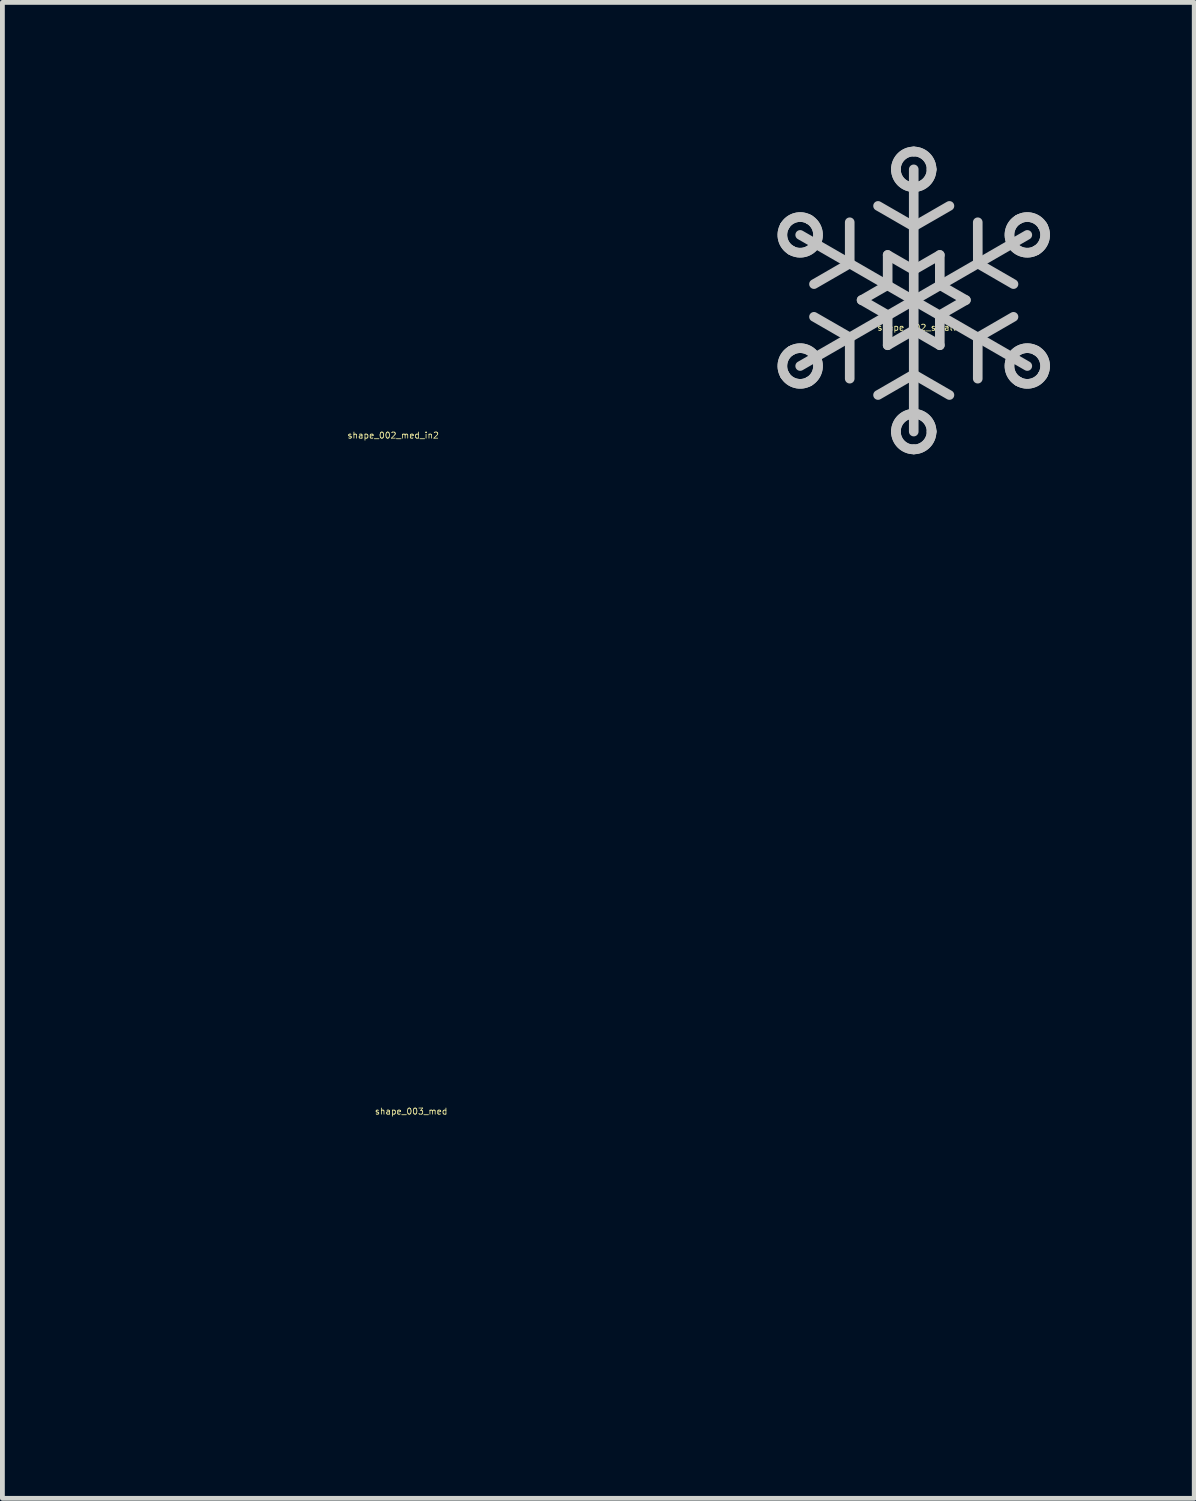
<source format=kicad_pcb>
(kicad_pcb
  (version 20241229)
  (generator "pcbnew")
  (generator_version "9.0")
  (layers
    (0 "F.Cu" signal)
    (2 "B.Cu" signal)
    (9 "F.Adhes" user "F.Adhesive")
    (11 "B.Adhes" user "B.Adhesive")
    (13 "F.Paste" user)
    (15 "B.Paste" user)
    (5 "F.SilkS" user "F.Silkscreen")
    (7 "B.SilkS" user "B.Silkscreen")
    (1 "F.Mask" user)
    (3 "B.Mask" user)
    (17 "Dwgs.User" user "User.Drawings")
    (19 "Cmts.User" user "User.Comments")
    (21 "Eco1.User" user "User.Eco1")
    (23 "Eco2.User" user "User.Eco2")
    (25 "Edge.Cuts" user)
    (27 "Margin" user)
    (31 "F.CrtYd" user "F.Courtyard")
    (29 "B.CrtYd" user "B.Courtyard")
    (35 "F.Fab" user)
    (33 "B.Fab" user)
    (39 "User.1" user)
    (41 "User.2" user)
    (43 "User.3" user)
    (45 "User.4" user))
  (footprint "shape_002_small"
    (layer "F.Cu")
    (at 16.009 3.26)
    (property "Reference" "shape_002_small" (at 0 0.5 0) (layer "F.SilkS") (effects (font (size 0.127 0.127) (thickness 0.000001))))
    (attr through_hole)
    (fp_line (start -2.422 -1.426) (end 2.3 1.3) (stroke (width 0.2) (type solid)) (layer "Dwgs.User"))
    (fp_line (start -2.135 -0.403) (end -1.392 -0.832) (stroke (width 0.2) (type solid)) (layer "Dwgs.User"))
    (fp_line (start -2.135 0.277) (end -1.392 0.705) (stroke (width 0.2) (type solid)) (layer "Dwgs.User"))
    (fp_line (start -1.392 -0.832) (end -1.392 -1.689) (stroke (width 0.2) (type solid)) (layer "Dwgs.User"))
    (fp_line (start -1.392 0.705) (end -1.392 1.563) (stroke (width 0.2) (type solid)) (layer "Dwgs.User"))
    (fp_line (start -1.145 -0.071) (end -0.603 0.242) (stroke (width 0.2) (type solid)) (layer "Dwgs.User"))
    (fp_line (start -0.803 -2.029) (end -0.061 -1.601) (stroke (width 0.2) (type solid)) (layer "Dwgs.User"))
    (fp_line (start -0.803 1.903) (end -0.061 1.474) (stroke (width 0.2) (type solid)) (layer "Dwgs.User"))
    (fp_line (start -0.603 -1.009) (end -0.603 -0.384) (stroke (width 0.2) (type solid)) (layer "Dwgs.User"))
    (fp_line (start -0.603 -0.384) (end -1.145 -0.071) (stroke (width 0.2) (type solid)) (layer "Dwgs.User"))
    (fp_line (start -0.603 0.242) (end -0.603 0.868) (stroke (width 0.2) (type solid)) (layer "Dwgs.User"))
    (fp_line (start -0.603 0.868) (end -0.061 0.555) (stroke (width 0.2) (type solid)) (layer "Dwgs.User"))
    (fp_line (start -0.061 -2.789) (end -0.061 2.663) (stroke (width 0.2) (type solid)) (layer "Dwgs.User"))
    (fp_line (start -0.061 -1.601) (end 0.681 -2.029) (stroke (width 0.2) (type solid)) (layer "Dwgs.User"))
    (fp_line (start -0.061 -0.697) (end -0.603 -1.009) (stroke (width 0.2) (type solid)) (layer "Dwgs.User"))
    (fp_line (start -0.061 0.555) (end 0.481 0.868) (stroke (width 0.2) (type solid)) (layer "Dwgs.User"))
    (fp_line (start -0.061 1.474) (end 0.681 1.903) (stroke (width 0.2) (type solid)) (layer "Dwgs.User"))
    (fp_line (start 0.481 -1.009) (end -0.061 -0.697) (stroke (width 0.2) (type solid)) (layer "Dwgs.User"))
    (fp_line (start 0.481 -0.384) (end 0.481 -1.009) (stroke (width 0.2) (type solid)) (layer "Dwgs.User"))
    (fp_line (start 0.481 0.242) (end 1.023 -0.071) (stroke (width 0.2) (type solid)) (layer "Dwgs.User"))
    (fp_line (start 0.481 0.868) (end 0.481 0.242) (stroke (width 0.2) (type solid)) (layer "Dwgs.User"))
    (fp_line (start 1.023 -0.071) (end 0.481 -0.384) (stroke (width 0.2) (type solid)) (layer "Dwgs.User"))
    (fp_line (start 1.27 -1.689) (end 1.271 -0.832) (stroke (width 0.2) (type solid)) (layer "Dwgs.User"))
    (fp_line (start 1.27 1.563) (end 1.271 0.706) (stroke (width 0.2) (type solid)) (layer "Dwgs.User"))
    (fp_line (start 1.271 0.706) (end 2.013 0.277) (stroke (width 0.2) (type solid)) (layer "Dwgs.User"))
    (fp_line (start 1.271 -0.832) (end 2.013 -0.403) (stroke (width 0.2) (type solid)) (layer "Dwgs.User"))
    (fp_line (start 2.3 -1.426) (end -2.422 1.3) (stroke (width 0.2) (type solid)) (layer "Dwgs.User"))
    (fp_arc (start -2.742874 -1.611634) (mid -2.517692 -1.784363) (end -2.236326 -1.747283) (stroke (width 0.2) (type solid)) (layer "Dwgs.User"))
    (fp_arc (start -2.742874 -1.611634) (mid -2.517692 -1.784363) (end -2.236326 -1.747283) (stroke (width 0.2) (type solid)) (layer "Dwgs.User"))
    (fp_arc (start -2.742874 1.485158) (mid -2.779872 1.203824) (end -2.607125 0.97871) (stroke (width 0.2) (type solid)) (layer "Dwgs.User"))
    (fp_arc (start -2.742874 1.485158) (mid -2.779872 1.203824) (end -2.607125 0.97871) (stroke (width 0.2) (type solid)) (layer "Dwgs.User"))
    (fp_arc (start -2.607125 -1.105084) (mid -2.779865 -1.330256) (end -2.742875 -1.611633) (stroke (width 0.2) (type solid)) (layer "Dwgs.User"))
    (fp_arc (start -2.607125 -1.105084) (mid -2.779865 -1.330256) (end -2.742875 -1.611633) (stroke (width 0.2) (type solid)) (layer "Dwgs.User"))
    (fp_arc (start -2.607125 0.97871) (mid -2.325786 0.941695) (end -2.100677 1.11446) (stroke (width 0.2) (type solid)) (layer "Dwgs.User"))
    (fp_arc (start -2.607125 0.97871) (mid -2.325786 0.941695) (end -2.100677 1.11446) (stroke (width 0.2) (type solid)) (layer "Dwgs.User"))
    (fp_arc (start -2.236327 -1.747283) (mid -2.063642 -1.522145) (end -2.100677 -1.240834) (stroke (width 0.2) (type solid)) (layer "Dwgs.User"))
    (fp_arc (start -2.236327 -1.747283) (mid -2.063642 -1.522145) (end -2.100677 -1.240834) (stroke (width 0.2) (type solid)) (layer "Dwgs.User"))
    (fp_arc (start -2.236327 1.620908) (mid -2.517708 1.657915) (end -2.742875 1.485159) (stroke (width 0.2) (type solid)) (layer "Dwgs.User"))
    (fp_arc (start -2.236327 1.620908) (mid -2.517708 1.657915) (end -2.742875 1.485159) (stroke (width 0.2) (type solid)) (layer "Dwgs.User"))
    (fp_arc (start -2.100677 1.114459) (mid -2.063606 1.395779) (end -2.236326 1.620908) (stroke (width 0.2) (type solid)) (layer "Dwgs.User"))
    (fp_arc (start -2.100677 1.114459) (mid -2.063606 1.395779) (end -2.236326 1.620908) (stroke (width 0.2) (type solid)) (layer "Dwgs.User"))
    (fp_arc (start -2.100676 -1.240835) (mid -2.325791 -1.068089) (end -2.607125 -1.105085) (stroke (width 0.2) (type solid)) (layer "Dwgs.User"))
    (fp_arc (start -2.100676 -1.240835) (mid -2.325791 -1.068089) (end -2.607125 -1.105085) (stroke (width 0.2) (type solid)) (layer "Dwgs.User"))
    (fp_arc (start -0.431632 -2.789231) (mid -0.323092 -3.05142) (end -0.060932 -3.16003) (stroke (width 0.2) (type solid)) (layer "Dwgs.User"))
    (fp_arc (start -0.431632 -2.789231) (mid -0.323092 -3.05142) (end -0.060932 -3.16003) (stroke (width 0.2) (type solid)) (layer "Dwgs.User"))
    (fp_arc (start -0.431631 2.662806) (mid -0.323063 2.400675) (end -0.060932 2.292107) (stroke (width 0.2) (type solid)) (layer "Dwgs.User"))
    (fp_arc (start -0.431631 2.662806) (mid -0.323063 2.400675) (end -0.060932 2.292107) (stroke (width 0.2) (type solid)) (layer "Dwgs.User"))
    (fp_arc (start -0.060932 -2.418531) (mid -0.323053 -2.527109) (end -0.431631 -2.78923) (stroke (width 0.2) (type solid)) (layer "Dwgs.User"))
    (fp_arc (start -0.060932 -2.418531) (mid -0.323053 -2.527109) (end -0.431631 -2.78923) (stroke (width 0.2) (type solid)) (layer "Dwgs.User"))
    (fp_arc (start -0.060932 3.033605) (mid -0.323082 2.924986) (end -0.431631 2.662806) (stroke (width 0.2) (type solid)) (layer "Dwgs.User"))
    (fp_arc (start -0.060932 3.033605) (mid -0.323082 2.924986) (end -0.431631 2.662806) (stroke (width 0.2) (type solid)) (layer "Dwgs.User"))
    (fp_arc (start -0.060931 -3.160029) (mid 0.201268 -3.051429) (end 0.309867 -2.78923) (stroke (width 0.2) (type solid)) (layer "Dwgs.User"))
    (fp_arc (start -0.060931 -3.160029) (mid 0.201268 -3.051429) (end 0.309867 -2.78923) (stroke (width 0.2) (type solid)) (layer "Dwgs.User"))
    (fp_arc (start -0.060931 2.292107) (mid 0.201239 2.400665) (end 0.309867 2.662806) (stroke (width 0.2) (type solid)) (layer "Dwgs.User"))
    (fp_arc (start -0.060931 2.292107) (mid 0.201239 2.400665) (end 0.309867 2.662806) (stroke (width 0.2) (type solid)) (layer "Dwgs.User"))
    (fp_arc (start 0.309868 -2.78923) (mid 0.201229 -2.527098) (end -0.060932 -2.418531) (stroke (width 0.2) (type solid)) (layer "Dwgs.User"))
    (fp_arc (start 0.309868 -2.78923) (mid 0.201229 -2.527098) (end -0.060932 -2.418531) (stroke (width 0.2) (type solid)) (layer "Dwgs.User"))
    (fp_arc (start 0.309868 2.662806) (mid 0.201258 2.924996) (end -0.060932 3.033605) (stroke (width 0.2) (type solid)) (layer "Dwgs.User"))
    (fp_arc (start 0.309868 2.662806) (mid 0.201258 2.924996) (end -0.060932 3.033605) (stroke (width 0.2) (type solid)) (layer "Dwgs.User"))
    (fp_arc (start 1.978813 1.11446) (mid 2.203928 0.941714) (end 2.485262 0.97871) (stroke (width 0.2) (type solid)) (layer "Dwgs.User"))
    (fp_arc (start 1.978813 1.11446) (mid 2.203928 0.941714) (end 2.485262 0.97871) (stroke (width 0.2) (type solid)) (layer "Dwgs.User"))
    (fp_arc (start 1.978912 -1.240935) (mid 1.941843 -1.522233) (end 2.114563 -1.747333) (stroke (width 0.2) (type solid)) (layer "Dwgs.User"))
    (fp_arc (start 1.978912 -1.240935) (mid 1.941843 -1.522233) (end 2.114563 -1.747333) (stroke (width 0.2) (type solid)) (layer "Dwgs.User"))
    (fp_arc (start 2.114563 -1.747333) (mid 2.395892 -1.784375) (end 2.621011 -1.611633) (stroke (width 0.2) (type solid)) (layer "Dwgs.User"))
    (fp_arc (start 2.114563 -1.747333) (mid 2.395892 -1.784375) (end 2.621011 -1.611633) (stroke (width 0.2) (type solid)) (layer "Dwgs.User"))
    (fp_arc (start 2.114563 1.620908) (mid 1.941798 1.395799) (end 1.978813 1.11446) (stroke (width 0.2) (type solid)) (layer "Dwgs.User"))
    (fp_arc (start 2.114563 1.620908) (mid 1.941798 1.395799) (end 1.978813 1.11446) (stroke (width 0.2) (type solid)) (layer "Dwgs.User"))
    (fp_arc (start 2.485262 -1.105185) (mid 2.20397 -1.06818) (end 1.978913 -1.240934) (stroke (width 0.2) (type solid)) (layer "Dwgs.User"))
    (fp_arc (start 2.485262 -1.105185) (mid 2.20397 -1.06818) (end 1.978913 -1.240934) (stroke (width 0.2) (type solid)) (layer "Dwgs.User"))
    (fp_arc (start 2.485262 0.978711) (mid 2.658053 1.203869) (end 2.621011 1.485259) (stroke (width 0.2) (type solid)) (layer "Dwgs.User"))
    (fp_arc (start 2.485262 0.978711) (mid 2.658053 1.203869) (end 2.621011 1.485259) (stroke (width 0.2) (type solid)) (layer "Dwgs.User"))
    (fp_arc (start 2.621011 -1.611634) (mid 2.658062 -1.330285) (end 2.485262 -1.105185) (stroke (width 0.2) (type solid)) (layer "Dwgs.User"))
    (fp_arc (start 2.621011 -1.611634) (mid 2.658062 -1.330285) (end 2.485262 -1.105185) (stroke (width 0.2) (type solid)) (layer "Dwgs.User"))
    (fp_arc (start 2.621011 1.485259) (mid 2.395892 1.658014) (end 2.114563 1.620908) (stroke (width 0.2) (type solid)) (layer "Dwgs.User"))
    (fp_arc (start 2.621011 1.485259) (mid 2.395892 1.658014) (end 2.114563 1.620908) (stroke (width 0.2) (type solid)) (layer "Dwgs.User")))
  (footprint "shape_002_med_in2"
    (layer "F.Cu")
    (at 5.125 5.502)
    (property "Reference" "shape_002_med_in2" (at 0 0.5 0) (layer "F.SilkS") (effects (font (size 0.127 0.127) (thickness 0.000001))))
    (attr through_hole)
    (fp_line (start -4.679 -2.64) (end 4.545 2.686) (stroke (width 0.4) (type solid)) (layer "In2.Cu"))
    (fp_line (start -3.483 -3.614) (end -3.483 -1.949) (stroke (width 0.4) (type solid)) (layer "In2.Cu"))
    (fp_line (start -3.483 -1.949) (end -4.925 -1.117) (stroke (width 0.4) (type solid)) (layer "In2.Cu"))
    (fp_line (start -3.483 1.996) (end -4.925 1.164) (stroke (width 0.4) (type solid)) (layer "In2.Cu"))
    (fp_line (start -3.483 3.66) (end -3.483 1.996) (stroke (width 0.4) (type solid)) (layer "In2.Cu"))
    (fp_line (start -3.123 -0.909) (end -2.402 -1.325) (stroke (width 0.4) (type solid)) (layer "In2.Cu"))
    (fp_line (start -3.123 0.956) (end -2.402 1.372) (stroke (width 0.4) (type solid)) (layer "In2.Cu"))
    (fp_line (start -2.402 -1.325) (end -2.403 -2.157) (stroke (width 0.4) (type solid)) (layer "In2.Cu"))
    (fp_line (start -2.402 1.372) (end -2.402 2.204) (stroke (width 0.4) (type solid)) (layer "In2.Cu"))
    (fp_line (start -1.533 0.023) (end -0.8 0.447) (stroke (width 0.4) (type solid)) (layer "In2.Cu"))
    (fp_line (start -1.533 0.023) (end -0.8 0.447) (stroke (width 0.4) (type solid)) (layer "In2.Cu"))
    (fp_line (start -0.8 -1.247) (end -0.8 -0.4) (stroke (width 0.4) (type solid)) (layer "In2.Cu"))
    (fp_line (start -0.8 -1.247) (end -0.8 -0.4) (stroke (width 0.4) (type solid)) (layer "In2.Cu"))
    (fp_line (start -0.8 -0.4) (end -1.533 0.023) (stroke (width 0.4) (type solid)) (layer "In2.Cu"))
    (fp_line (start -0.8 -0.4) (end -1.533 0.023) (stroke (width 0.4) (type solid)) (layer "In2.Cu"))
    (fp_line (start -0.8 0.447) (end -0.8 1.293) (stroke (width 0.4) (type solid)) (layer "In2.Cu"))
    (fp_line (start -0.8 0.447) (end -0.8 1.293) (stroke (width 0.4) (type solid)) (layer "In2.Cu"))
    (fp_line (start -0.8 1.293) (end -0.067 0.87) (stroke (width 0.4) (type solid)) (layer "In2.Cu"))
    (fp_line (start -0.8 1.293) (end -0.067 0.87) (stroke (width 0.4) (type solid)) (layer "In2.Cu"))
    (fp_line (start -0.787 -3.09) (end -0.067 -2.674) (stroke (width 0.4) (type solid)) (layer "In2.Cu"))
    (fp_line (start -0.787 3.137) (end -0.067 2.72) (stroke (width 0.4) (type solid)) (layer "In2.Cu"))
    (fp_line (start -0.067 -5.302) (end -0.067 5.349) (stroke (width 0.4) (type solid)) (layer "In2.Cu"))
    (fp_line (start -0.067 -3.922) (end -1.508 -4.754) (stroke (width 0.4) (type solid)) (layer "In2.Cu"))
    (fp_line (start -0.067 -2.674) (end 0.654 -3.09) (stroke (width 0.4) (type solid)) (layer "In2.Cu"))
    (fp_line (start -0.067 -0.823) (end -0.8 -1.247) (stroke (width 0.4) (type solid)) (layer "In2.Cu"))
    (fp_line (start -0.067 -0.823) (end -0.8 -1.247) (stroke (width 0.4) (type solid)) (layer "In2.Cu"))
    (fp_line (start -0.067 0.87) (end 0.667 1.293) (stroke (width 0.4) (type solid)) (layer "In2.Cu"))
    (fp_line (start -0.067 0.87) (end 0.667 1.293) (stroke (width 0.4) (type solid)) (layer "In2.Cu"))
    (fp_line (start -0.067 2.72) (end 0.654 3.137) (stroke (width 0.4) (type solid)) (layer "In2.Cu"))
    (fp_line (start -0.067 3.969) (end -1.508 4.801) (stroke (width 0.4) (type solid)) (layer "In2.Cu"))
    (fp_line (start 0.667 -1.247) (end -0.067 -0.823) (stroke (width 0.4) (type solid)) (layer "In2.Cu"))
    (fp_line (start 0.667 -1.247) (end -0.067 -0.823) (stroke (width 0.4) (type solid)) (layer "In2.Cu"))
    (fp_line (start 0.667 -0.4) (end 0.667 -1.247) (stroke (width 0.4) (type solid)) (layer "In2.Cu"))
    (fp_line (start 0.667 -0.4) (end 0.667 -1.247) (stroke (width 0.4) (type solid)) (layer "In2.Cu"))
    (fp_line (start 0.667 0.447) (end 1.4 0.023) (stroke (width 0.4) (type solid)) (layer "In2.Cu"))
    (fp_line (start 0.667 0.447) (end 1.4 0.023) (stroke (width 0.4) (type solid)) (layer "In2.Cu"))
    (fp_line (start 0.667 1.293) (end 0.667 0.447) (stroke (width 0.4) (type solid)) (layer "In2.Cu"))
    (fp_line (start 0.667 1.293) (end 0.667 0.447) (stroke (width 0.4) (type solid)) (layer "In2.Cu"))
    (fp_line (start 1.375 -4.754) (end -0.067 -3.922) (stroke (width 0.4) (type solid)) (layer "In2.Cu"))
    (fp_line (start 1.375 4.801) (end -0.067 3.969) (stroke (width 0.4) (type solid)) (layer "In2.Cu"))
    (fp_line (start 1.4 0.023) (end 0.667 -0.4) (stroke (width 0.4) (type solid)) (layer "In2.Cu"))
    (fp_line (start 1.4 0.023) (end 0.667 -0.4) (stroke (width 0.4) (type solid)) (layer "In2.Cu"))
    (fp_line (start 2.269 1.372) (end 2.99 0.956) (stroke (width 0.4) (type solid)) (layer "In2.Cu"))
    (fp_line (start 2.269 2.204) (end 2.269 1.372) (stroke (width 0.4) (type solid)) (layer "In2.Cu"))
    (fp_line (start 2.269 -2.157) (end 2.269 -1.325) (stroke (width 0.4) (type solid)) (layer "In2.Cu"))
    (fp_line (start 2.269 -1.325) (end 2.99 -0.909) (stroke (width 0.4) (type solid)) (layer "In2.Cu"))
    (fp_line (start 3.35 -1.949) (end 3.35 -3.614) (stroke (width 0.4) (type solid)) (layer "In2.Cu"))
    (fp_line (start 3.35 1.996) (end 3.35 3.66) (stroke (width 0.4) (type solid)) (layer "In2.Cu"))
    (fp_line (start 4.545 -2.64) (end -4.679 2.686) (stroke (width 0.4) (type solid)) (layer "In2.Cu"))
    (fp_line (start 4.791 1.164) (end 3.35 1.996) (stroke (width 0.4) (type solid)) (layer "In2.Cu"))
    (fp_line (start 4.792 -1.117) (end 3.35 -1.949) (stroke (width 0.4) (type solid)) (layer "In2.Cu")))
  (footprint "shape_003_med"
    (layer "F.Cu")
    (at 5.499 19.557)
    (property "Reference" "shape_003_med" (at 0 0.5 0) (layer "F.SilkS") (effects (font (size 0.127 0.127) (thickness 0.000001))))
    (attr through_hole)
    (fp_line (start -5.299 0.02) (end 5.352 0.02) (stroke (width 0.4) (type solid)) (layer "In1.Cu"))
    (fp_line (start -4.6 1.1) (end -4.153 0.02) (stroke (width 0.4) (type solid)) (layer "In1.Cu"))
    (fp_line (start -4.153 0.02) (end -4.6 -1.061) (stroke (width 0.4) (type solid)) (layer "In1.Cu"))
    (fp_line (start -4.009 -2.488) (end -2.929 -2.935) (stroke (width 0.4) (type solid)) (layer "In1.Cu"))
    (fp_line (start -4.009 2.527) (end -2.929 2.974) (stroke (width 0.4) (type solid)) (layer "In1.Cu"))
    (fp_line (start -3.74 -3.746) (end 3.792 3.785) (stroke (width 0.4) (type solid)) (layer "In1.Cu"))
    (fp_line (start -3.619 -1.491) (end -2.109 -2.116) (stroke (width 0.4) (type solid)) (layer "In1.Cu"))
    (fp_line (start -3.619 1.53) (end -2.994 0.02) (stroke (width 0.4) (type solid)) (layer "In1.Cu"))
    (fp_line (start -2.994 0.02) (end -3.619 -1.491) (stroke (width 0.4) (type solid)) (layer "In1.Cu"))
    (fp_line (start -2.929 -2.935) (end -2.481 -4.015) (stroke (width 0.4) (type solid)) (layer "In1.Cu"))
    (fp_line (start -2.929 2.974) (end -2.481 4.055) (stroke (width 0.4) (type solid)) (layer "In1.Cu"))
    (fp_line (start -2.109 2.155) (end -3.619 1.53) (stroke (width 0.4) (type solid)) (layer "In1.Cu"))
    (fp_line (start -2.109 -2.116) (end -1.483 -3.627) (stroke (width 0.4) (type solid)) (layer "In1.Cu"))
    (fp_line (start -1.483 -3.627) (end 0.027 -3.001) (stroke (width 0.4) (type solid)) (layer "In1.Cu"))
    (fp_line (start -1.483 3.665) (end -2.109 2.155) (stroke (width 0.4) (type solid)) (layer "In1.Cu"))
    (fp_line (start -1.054 -4.606) (end 0.026 -4.159) (stroke (width 0.4) (type solid)) (layer "In1.Cu"))
    (fp_line (start -1.054 4.646) (end 0.026 4.198) (stroke (width 0.4) (type solid)) (layer "In1.Cu"))
    (fp_line (start 0.026 -4.159) (end 1.106 -4.606) (stroke (width 0.4) (type solid)) (layer "In1.Cu"))
    (fp_line (start 0.026 4.198) (end 1.106 4.646) (stroke (width 0.4) (type solid)) (layer "In1.Cu"))
    (fp_line (start 0.026 -5.306) (end 0.026 5.345) (stroke (width 0.4) (type solid)) (layer "In1.Cu"))
    (fp_line (start 0.027 -3.001) (end 1.537 -3.627) (stroke (width 0.4) (type solid)) (layer "In1.Cu"))
    (fp_line (start 0.027 3.04) (end -1.483 3.665) (stroke (width 0.4) (type solid)) (layer "In1.Cu"))
    (fp_line (start 1.537 -3.627) (end 2.163 -2.116) (stroke (width 0.4) (type solid)) (layer "In1.Cu"))
    (fp_line (start 1.537 3.666) (end 0.027 3.04) (stroke (width 0.4) (type solid)) (layer "In1.Cu"))
    (fp_line (start 2.163 -2.116) (end 3.673 -1.491) (stroke (width 0.4) (type solid)) (layer "In1.Cu"))
    (fp_line (start 2.163 2.155) (end 1.537 3.666) (stroke (width 0.4) (type solid)) (layer "In1.Cu"))
    (fp_line (start 2.533 -4.015) (end 2.981 -2.935) (stroke (width 0.4) (type solid)) (layer "In1.Cu"))
    (fp_line (start 2.533 4.055) (end 2.981 2.974) (stroke (width 0.4) (type solid)) (layer "In1.Cu"))
    (fp_line (start 2.981 -2.935) (end 4.061 -2.488) (stroke (width 0.4) (type solid)) (layer "In1.Cu"))
    (fp_line (start 2.981 2.974) (end 4.061 2.527) (stroke (width 0.4) (type solid)) (layer "In1.Cu"))
    (fp_line (start 3.047 0.02) (end 3.673 1.53) (stroke (width 0.4) (type solid)) (layer "In1.Cu"))
    (fp_line (start 3.673 -1.491) (end 3.047 0.02) (stroke (width 0.4) (type solid)) (layer "In1.Cu"))
    (fp_line (start 3.673 1.53) (end 2.163 2.155) (stroke (width 0.4) (type solid)) (layer "In1.Cu"))
    (fp_line (start 3.792 -3.746) (end -3.74 3.785) (stroke (width 0.4) (type solid)) (layer "In1.Cu"))
    (fp_line (start 4.205 0.02) (end 4.652 -1.061) (stroke (width 0.4) (type solid)) (layer "In1.Cu"))
    (fp_line (start 4.652 1.1) (end 4.205 0.02) (stroke (width 0.4) (type solid)) (layer "In1.Cu")))
  (gr_rect
    (start -3 -3)
    (end 21.78 28.102)
    (stroke (width 0.1) (type default))
    (fill no)
    (layer "Edge.Cuts")))
</source>
